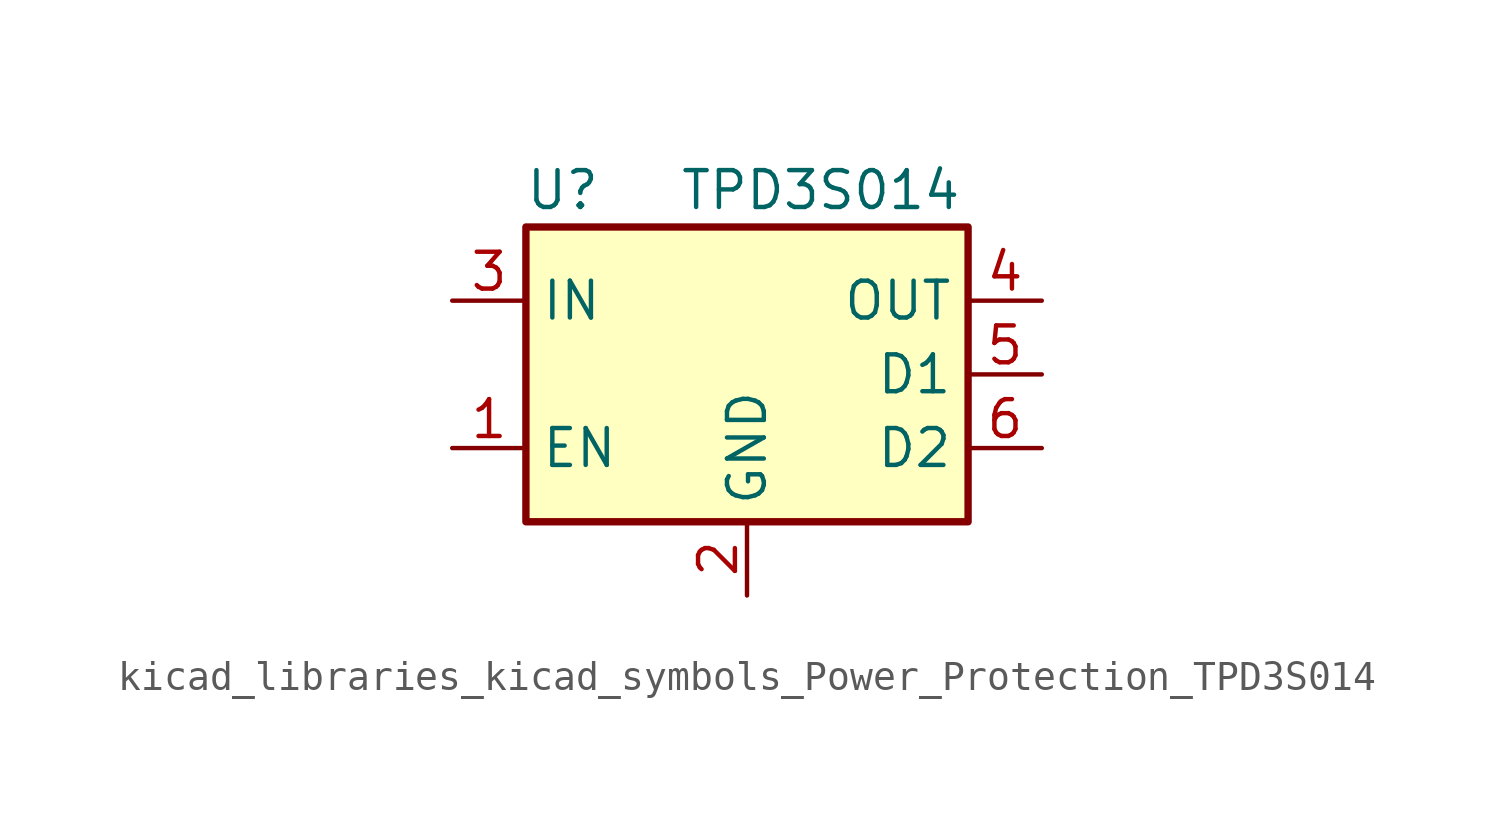
<source format=kicad_sym>
(kicad_symbol_lib
  (version 20220914)
  (generator kicad_symbol_editor)
  (symbol "kicad_libraries_kicad_symbols_Power_Protection_TPD3S014"
    (property "Reference" "U"
      (at -6.35 6.35 0)
      (effects (font (size 1.27 1.27))))
    (property "Value" "TPD3S014"
      (at 2.54 6.35 0)
      (effects (font (size 1.27 1.27))))
    (symbol "kicad_libraries_kicad_symbols_Power_Protection_TPD3S014_0_1"
      (rectangle (start -7.62 5.08) (end 7.62 -5.08) (stroke (width 0.254) (type default)) (fill (type background))))
    (symbol "kicad_libraries_kicad_symbols_Power_Protection_TPD3S014_1_1"
      (pin input line (at -10.16 -2.54 0) (length 2.54) (name "EN" (effects (font (size 1.27 1.27)))) (number "1" (effects (font (size 1.27 1.27)))))
      (pin power_in line (at 0 -7.62 90) (length 2.54) (name "GND" (effects (font (size 1.27 1.27)))) (number "2" (effects (font (size 1.27 1.27)))))
      (pin power_in line (at -10.16 2.54 0) (length 2.54) (name "IN" (effects (font (size 1.27 1.27)))) (number "3" (effects (font (size 1.27 1.27)))))
      (pin passive line (at 10.16 2.54 180) (length 2.54) (name "OUT" (effects (font (size 1.27 1.27)))) (number "4" (effects (font (size 1.27 1.27)))))
      (pin passive line (at 10.16 0 180) (length 2.54) (name "D1" (effects (font (size 1.27 1.27)))) (number "5" (effects (font (size 1.27 1.27)))))
      (pin passive line (at 10.16 -2.54 180) (length 2.54) (name "D2" (effects (font (size 1.27 1.27)))) (number "6" (effects (font (size 1.27 1.27))))))))
</source>
